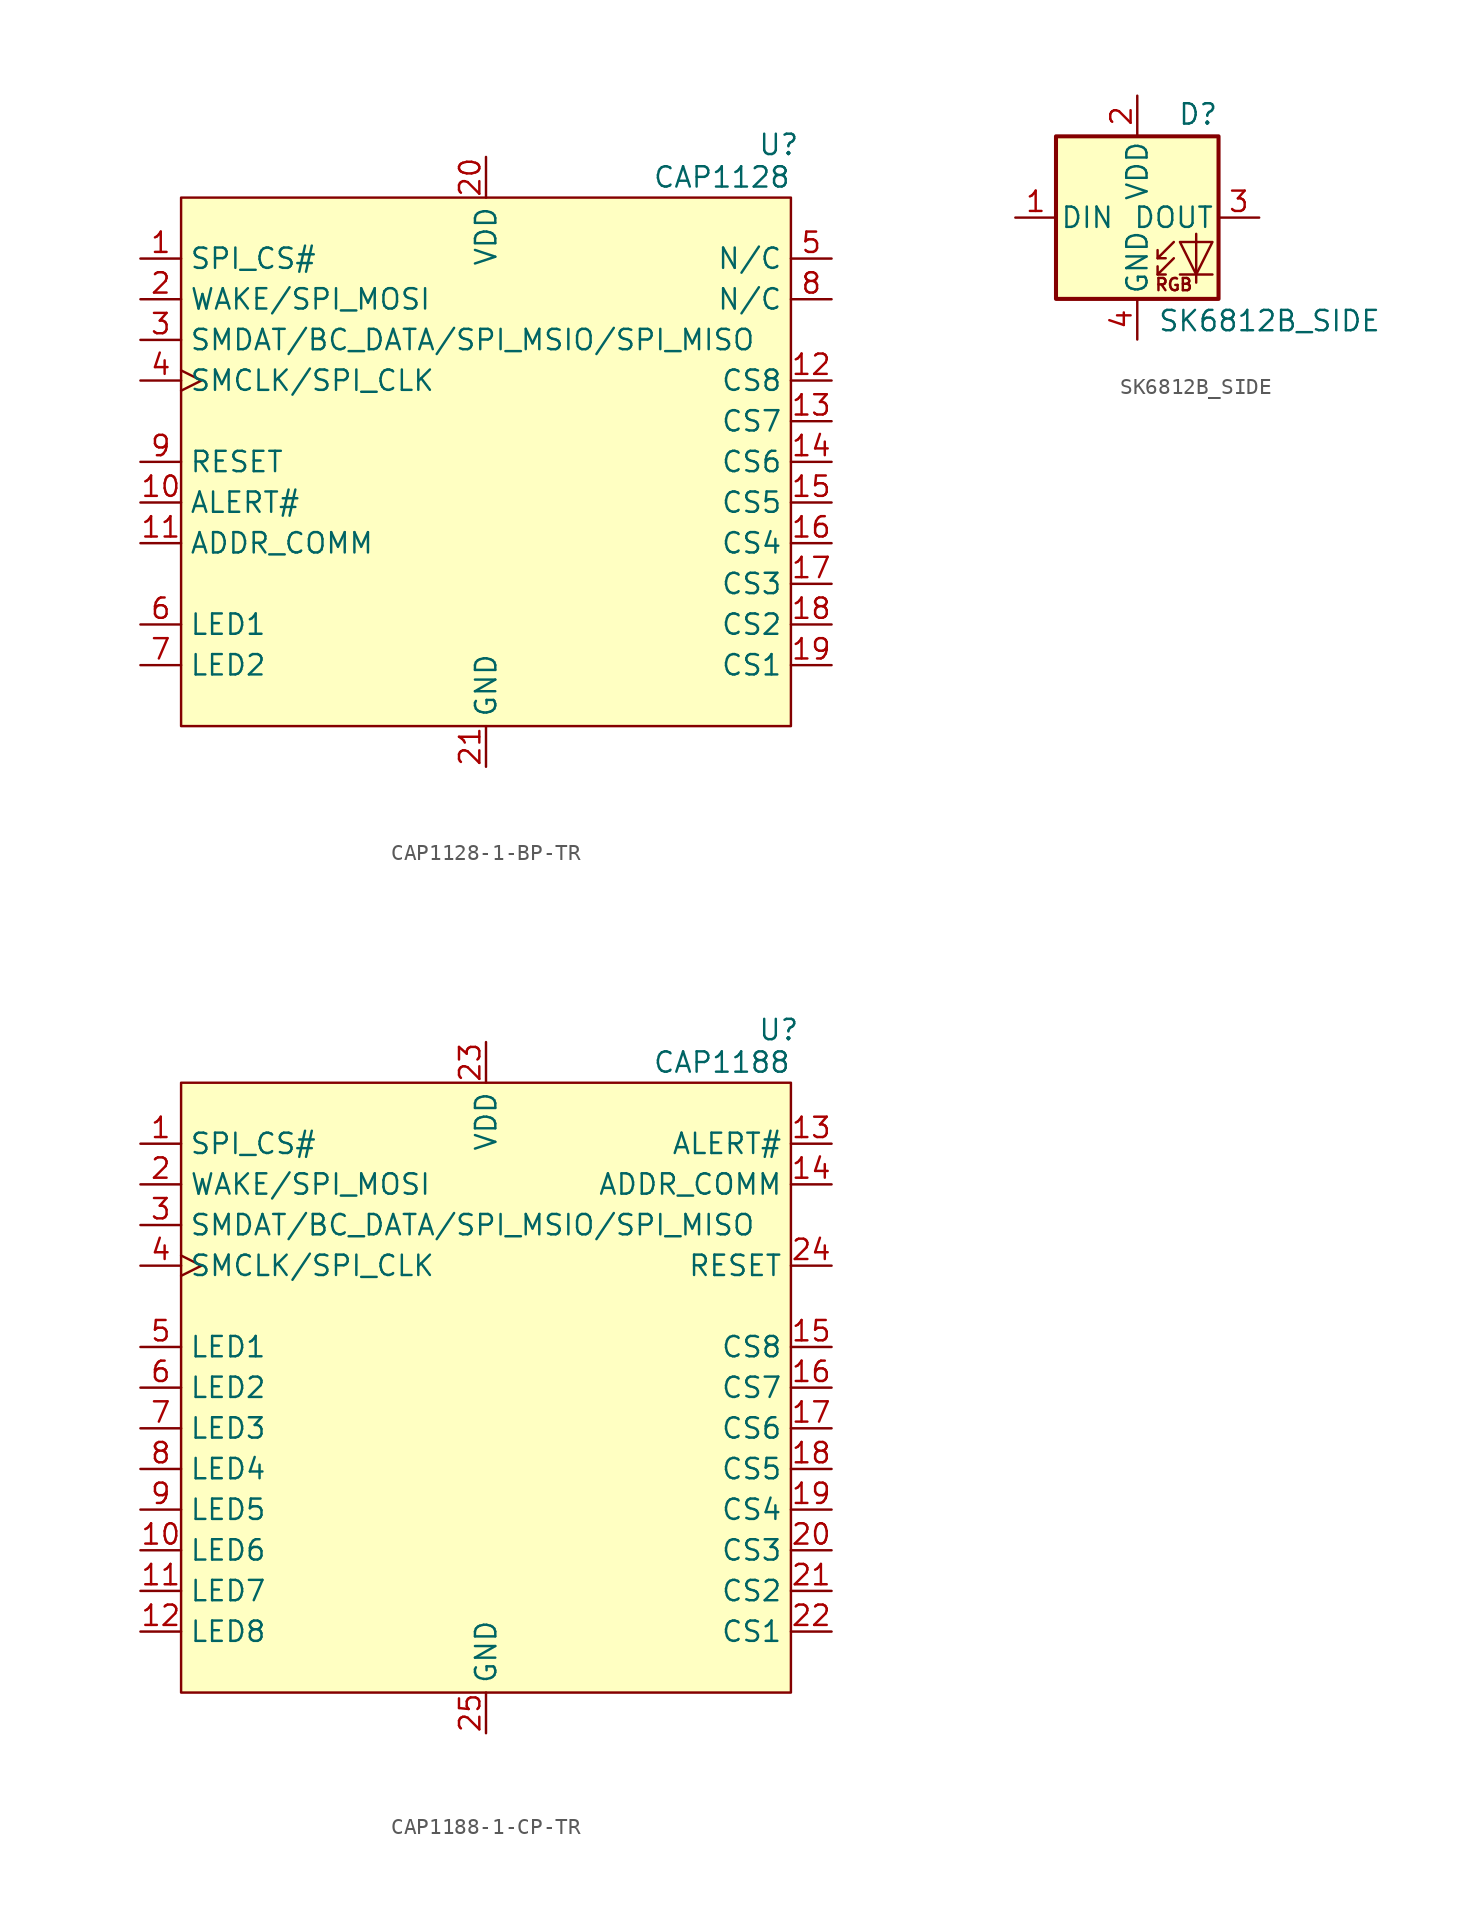
<source format=kicad_sym>
(kicad_symbol_lib
  (version 20231120)
  (generator "kicad_symbol_editor")
  (generator_version "8.0")
  (symbol "CAP1128-1-BP-TR"
    (property "Reference" "U"
      (at 18.288 19.812 0)
      (effects (font (size 1.27 1.27))))
    (property "Value" "CAP1128"
      (at 14.732 17.78 0)
      (effects (font (size 1.27 1.27))))
    (symbol "CAP1128-1-BP-TR_1_1"
      (rectangle (start -19.05 16.51) (end 19.05 -16.51) (stroke (width 0) (type default)) (fill (type background)))
      (pin input line (at -21.59 12.7 0) (length 2.54) (name "SPI_CS#" (effects (font (size 1.27 1.27)))) (number "1" (effects (font (size 1.27 1.27)))) (alternate "NC" power_in line))
      (pin output line (at -21.59 -2.54 0) (length 2.54) (name "ALERT#" (effects (font (size 1.27 1.27)))) (number "10" (effects (font (size 1.27 1.27)))) (alternate "NC" power_in line))
      (pin input line (at -21.59 -5.08 0) (length 2.54) (name "ADDR_COMM" (effects (font (size 1.27 1.27)))) (number "11" (effects (font (size 1.27 1.27)))))
      (pin bidirectional line (at 21.59 5.08 180) (length 2.54) (name "CS8" (effects (font (size 1.27 1.27)))) (number "12" (effects (font (size 1.27 1.27)))))
      (pin bidirectional line (at 21.59 2.54 180) (length 2.54) (name "CS7" (effects (font (size 1.27 1.27)))) (number "13" (effects (font (size 1.27 1.27)))))
      (pin bidirectional line (at 21.59 0 180) (length 2.54) (name "CS6" (effects (font (size 1.27 1.27)))) (number "14" (effects (font (size 1.27 1.27)))))
      (pin bidirectional line (at 21.59 -2.54 180) (length 2.54) (name "CS5" (effects (font (size 1.27 1.27)))) (number "15" (effects (font (size 1.27 1.27)))))
      (pin bidirectional line (at 21.59 -5.08 180) (length 2.54) (name "CS4" (effects (font (size 1.27 1.27)))) (number "16" (effects (font (size 1.27 1.27)))))
      (pin bidirectional line (at 21.59 -7.62 180) (length 2.54) (name "CS3" (effects (font (size 1.27 1.27)))) (number "17" (effects (font (size 1.27 1.27)))))
      (pin bidirectional line (at 21.59 -10.16 180) (length 2.54) (name "CS2" (effects (font (size 1.27 1.27)))) (number "18" (effects (font (size 1.27 1.27)))))
      (pin bidirectional line (at 21.59 -12.7 180) (length 2.54) (name "CS1" (effects (font (size 1.27 1.27)))) (number "19" (effects (font (size 1.27 1.27)))))
      (pin bidirectional line (at -21.59 10.16 0) (length 2.54) (name "WAKE/SPI_MOSI" (effects (font (size 1.27 1.27)))) (number "2" (effects (font (size 1.27 1.27)))))
      (pin power_in line (at 0 19.05 270) (length 2.54) (name "VDD" (effects (font (size 1.27 1.27)))) (number "20" (effects (font (size 1.27 1.27)))))
      (pin power_in line (at 0 -19.05 90) (length 2.54) (name "GND" (effects (font (size 1.27 1.27)))) (number "21" (effects (font (size 1.27 1.27)))))
      (pin bidirectional line (at -21.59 7.62 0) (length 2.54) (name "SMDAT/BC_DATA/SPI_MSIO/SPI_MISO" (effects (font (size 1.27 1.27)))) (number "3" (effects (font (size 1.27 1.27)))))
      (pin input clock (at -21.59 5.08 0) (length 2.54) (name "SMCLK/SPI_CLK" (effects (font (size 1.27 1.27)))) (number "4" (effects (font (size 1.27 1.27)))))
      (pin power_in line (at 21.59 12.7 180) (length 2.54) (name "N/C" (effects (font (size 1.27 1.27)))) (number "5" (effects (font (size 1.27 1.27)))))
      (pin output line (at -21.59 -10.16 0) (length 2.54) (name "LED1" (effects (font (size 1.27 1.27)))) (number "6" (effects (font (size 1.27 1.27)))) (alternate "NC" power_in line))
      (pin output line (at -21.59 -12.7 0) (length 2.54) (name "LED2" (effects (font (size 1.27 1.27)))) (number "7" (effects (font (size 1.27 1.27)))) (alternate "NC" power_in line))
      (pin power_in line (at 21.59 10.16 180) (length 2.54) (name "N/C" (effects (font (size 1.27 1.27)))) (number "8" (effects (font (size 1.27 1.27)))))
      (pin input line (at -21.59 0 0) (length 2.54) (name "RESET" (effects (font (size 1.27 1.27)))) (number "9" (effects (font (size 1.27 1.27)))))))
  (symbol "SK6812B_SIDE"
    (pin_names
      (offset 0.254))
    (property "Reference" "D"
      (at 5.08 5.715 0)
      (effects (font (size 1.27 1.27)) (justify right bottom)))
    (property "Value" "SK6812B_SIDE"
      (at 1.27 -5.715 0)
      (effects (font (size 1.27 1.27)) (justify left top)))
    (symbol "SK6812B_SIDE_0_0"
      (text "RGB" (at 2.286 -4.191 0) (effects (font (size 0.762 0.762)))))
    (symbol "SK6812B_SIDE_0_1"
      (rectangle (start -5.08 5.08) (end 5.08 -5.08) (stroke (width 0.254) (type default)) (fill (type background)))
      (polyline (pts (xy 1.27 -3.556) (xy 1.778 -3.556)) (stroke (width 0) (type default)) (fill (type none)))
      (polyline (pts (xy 1.27 -2.54) (xy 1.778 -2.54)) (stroke (width 0) (type default)) (fill (type none)))
      (polyline (pts (xy 4.699 -3.556) (xy 2.667 -3.556)) (stroke (width 0) (type default)) (fill (type none)))
      (polyline (pts (xy 2.286 -2.54) (xy 1.27 -3.556) (xy 1.27 -3.048)) (stroke (width 0) (type default)) (fill (type none)))
      (polyline (pts (xy 2.286 -1.524) (xy 1.27 -2.54) (xy 1.27 -2.032)) (stroke (width 0) (type default)) (fill (type none)))
      (polyline (pts (xy 3.683 -1.016) (xy 3.683 -3.556) (xy 3.683 -4.064)) (stroke (width 0) (type default)) (fill (type none)))
      (polyline (pts (xy 4.699 -1.524) (xy 2.667 -1.524) (xy 3.683 -3.556) (xy 4.699 -1.524)) (stroke (width 0) (type default)) (fill (type none))))
    (symbol "SK6812B_SIDE_1_1"
      (pin input line (at -7.62 0 0) (length 2.54) (name "DIN" (effects (font (size 1.27 1.27)))) (number "1" (effects (font (size 1.27 1.27)))))
      (pin power_in line (at 0 7.62 270) (length 2.54) (name "VDD" (effects (font (size 1.27 1.27)))) (number "2" (effects (font (size 1.27 1.27)))))
      (pin output line (at 7.62 0 180) (length 2.54) (name "DOUT" (effects (font (size 1.27 1.27)))) (number "3" (effects (font (size 1.27 1.27)))))
      (pin power_in line (at 0 -7.62 90) (length 2.54) (name "GND" (effects (font (size 1.27 1.27)))) (number "4" (effects (font (size 1.27 1.27)))))))
  (symbol "‎CAP1188-1-CP-TR"
    (property "Reference" "U"
      (at 18.288 19.812 0)
      (effects (font (size 1.27 1.27))))
    (property "Value" "CAP1188"
      (at 14.732 17.78 0)
      (effects (font (size 1.27 1.27))))
    (symbol "‎CAP1188-1-CP-TR_1_1"
      (rectangle (start -19.05 16.51) (end 19.05 -21.59) (stroke (width 0) (type default)) (fill (type background)))
      (pin input line (at -21.59 12.7 0) (length 2.54) (name "SPI_CS#" (effects (font (size 1.27 1.27)))) (number "1" (effects (font (size 1.27 1.27)))) (alternate "NC" power_in line))
      (pin output line (at -21.59 -12.7 0) (length 2.54) (name "LED6" (effects (font (size 1.27 1.27)))) (number "10" (effects (font (size 1.27 1.27)))) (alternate "NC" power_in line))
      (pin output line (at -21.59 -15.24 0) (length 2.54) (name "LED7" (effects (font (size 1.27 1.27)))) (number "11" (effects (font (size 1.27 1.27)))) (alternate "NC" power_in line))
      (pin output line (at -21.59 -17.78 0) (length 2.54) (name "LED8" (effects (font (size 1.27 1.27)))) (number "12" (effects (font (size 1.27 1.27)))) (alternate "NC" power_in line))
      (pin output line (at 21.59 12.7 180) (length 2.54) (name "ALERT#" (effects (font (size 1.27 1.27)))) (number "13" (effects (font (size 1.27 1.27)))) (alternate "NC" power_in line))
      (pin input line (at 21.59 10.16 180) (length 2.54) (name "ADDR_COMM" (effects (font (size 1.27 1.27)))) (number "14" (effects (font (size 1.27 1.27)))))
      (pin bidirectional line (at 21.59 0 180) (length 2.54) (name "CS8" (effects (font (size 1.27 1.27)))) (number "15" (effects (font (size 1.27 1.27)))))
      (pin bidirectional line (at 21.59 -2.54 180) (length 2.54) (name "CS7" (effects (font (size 1.27 1.27)))) (number "16" (effects (font (size 1.27 1.27)))))
      (pin bidirectional line (at 21.59 -5.08 180) (length 2.54) (name "CS6" (effects (font (size 1.27 1.27)))) (number "17" (effects (font (size 1.27 1.27)))))
      (pin bidirectional line (at 21.59 -7.62 180) (length 2.54) (name "CS5" (effects (font (size 1.27 1.27)))) (number "18" (effects (font (size 1.27 1.27)))))
      (pin bidirectional line (at 21.59 -10.16 180) (length 2.54) (name "CS4" (effects (font (size 1.27 1.27)))) (number "19" (effects (font (size 1.27 1.27)))))
      (pin bidirectional line (at -21.59 10.16 0) (length 2.54) (name "WAKE/SPI_MOSI" (effects (font (size 1.27 1.27)))) (number "2" (effects (font (size 1.27 1.27)))))
      (pin bidirectional line (at 21.59 -12.7 180) (length 2.54) (name "CS3" (effects (font (size 1.27 1.27)))) (number "20" (effects (font (size 1.27 1.27)))))
      (pin bidirectional line (at 21.59 -15.24 180) (length 2.54) (name "CS2" (effects (font (size 1.27 1.27)))) (number "21" (effects (font (size 1.27 1.27)))))
      (pin bidirectional line (at 21.59 -17.78 180) (length 2.54) (name "CS1" (effects (font (size 1.27 1.27)))) (number "22" (effects (font (size 1.27 1.27)))))
      (pin power_in line (at 0 19.05 270) (length 2.54) (name "VDD" (effects (font (size 1.27 1.27)))) (number "23" (effects (font (size 1.27 1.27)))))
      (pin input line (at 21.59 5.08 180) (length 2.54) (name "RESET" (effects (font (size 1.27 1.27)))) (number "24" (effects (font (size 1.27 1.27)))))
      (pin power_in line (at 0 -24.13 90) (length 2.54) (name "GND" (effects (font (size 1.27 1.27)))) (number "25" (effects (font (size 1.27 1.27)))))
      (pin bidirectional line (at -21.59 7.62 0) (length 2.54) (name "SMDAT/BC_DATA/SPI_MSIO/SPI_MISO" (effects (font (size 1.27 1.27)))) (number "3" (effects (font (size 1.27 1.27)))))
      (pin input clock (at -21.59 5.08 0) (length 2.54) (name "SMCLK/SPI_CLK" (effects (font (size 1.27 1.27)))) (number "4" (effects (font (size 1.27 1.27)))))
      (pin output line (at -21.59 0 0) (length 2.54) (name "LED1" (effects (font (size 1.27 1.27)))) (number "5" (effects (font (size 1.27 1.27)))) (alternate "NC" power_in line))
      (pin output line (at -21.59 -2.54 0) (length 2.54) (name "LED2" (effects (font (size 1.27 1.27)))) (number "6" (effects (font (size 1.27 1.27)))) (alternate "NC" power_in line))
      (pin output line (at -21.59 -5.08 0) (length 2.54) (name "LED3" (effects (font (size 1.27 1.27)))) (number "7" (effects (font (size 1.27 1.27)))) (alternate "NC" power_in line))
      (pin output line (at -21.59 -7.62 0) (length 2.54) (name "LED4" (effects (font (size 1.27 1.27)))) (number "8" (effects (font (size 1.27 1.27)))) (alternate "NC" power_in line))
      (pin output line (at -21.59 -10.16 0) (length 2.54) (name "LED5" (effects (font (size 1.27 1.27)))) (number "9" (effects (font (size 1.27 1.27)))) (alternate "NC" power_in line)))))
</source>
